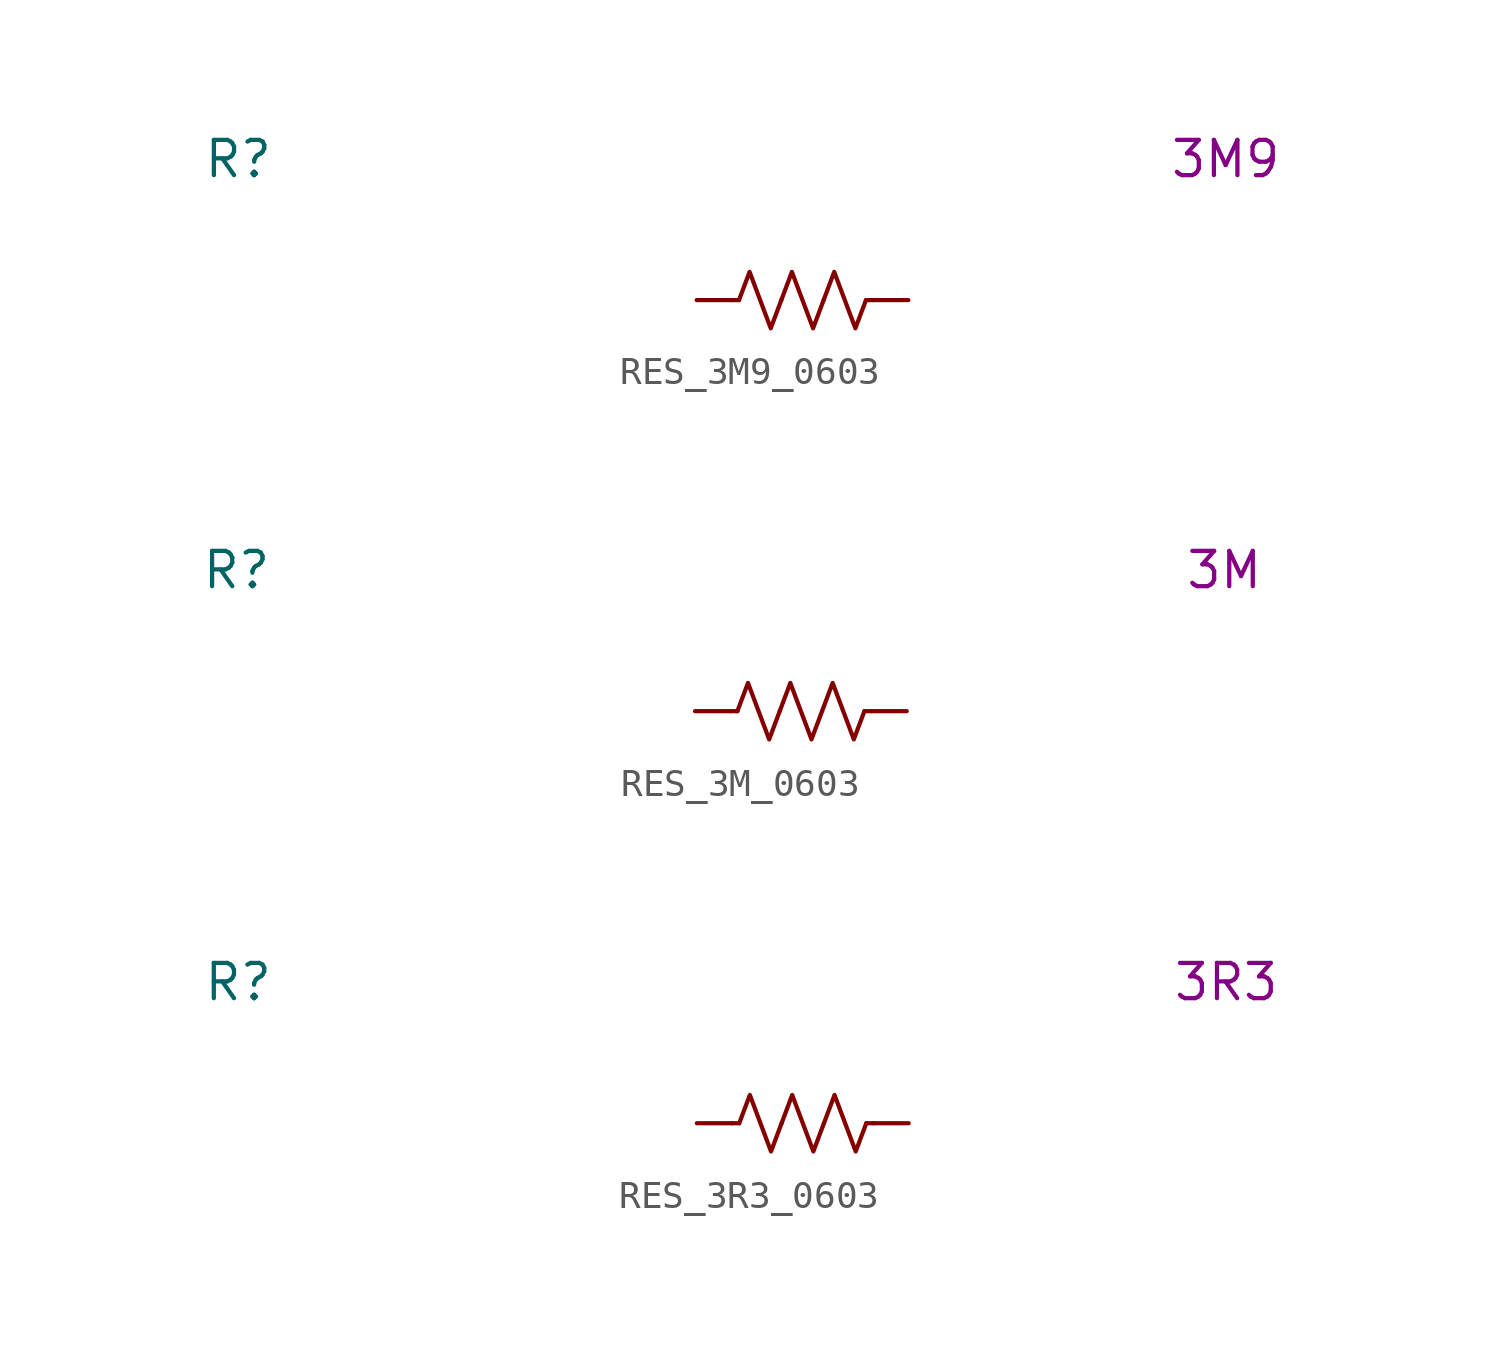
<source format=kicad_sym>
(kicad_symbol_lib
  (version 20231120)
  (generator "kicad_symbol_editor")
  (generator_version "8.0")
  (symbol "RES_3M9_0603"
    (pin_numbers hide)
    (property "Reference" "R"
      (at -20.32 5.08 0)
      (effects (font (size 1.27 1.27))))
    (property "Display Value" "3M9"
      (at 15.24 5.08 0)
      (effects (font (size 1.27 1.27))))
    (symbol "RES_3M9_0603_0_1"
      (polyline (pts (xy -2.286 0) (xy -2.54 0)) (stroke (width 0) (type default)) (fill (type none)))
      (polyline (pts (xy 2.286 0) (xy 2.54 0)) (stroke (width 0) (type default)) (fill (type none)))
      (polyline (pts (xy -2.286 0) (xy -1.905 1.016) (xy -1.524 0) (xy -1.143 -1.016) (xy -0.762 0)) (stroke (width 0) (type default)) (fill (type none)))
      (polyline (pts (xy -0.762 0) (xy -0.381 1.016) (xy 0 0) (xy 0.381 -1.016) (xy 0.762 0)) (stroke (width 0) (type default)) (fill (type none)))
      (polyline (pts (xy 0.762 0) (xy 1.143 1.016) (xy 1.524 0) (xy 1.905 -1.016) (xy 2.286 0)) (stroke (width 0) (type default)) (fill (type none))))
    (symbol "RES_3M9_0603_1_1"
      (pin passive line (at -3.81 0 0) (length 1.27) (name "~" (effects (font (size 1.27 1.27)))) (number "1" (effects (font (size 1.27 1.27)))))
      (pin passive line (at 3.81 0 180) (length 1.27) (name "~" (effects (font (size 1.27 1.27)))) (number "2" (effects (font (size 1.27 1.27)))))))
  (symbol "RES_3M_0603"
    (pin_numbers hide)
    (property "Reference" "R"
      (at -20.32 5.08 0)
      (effects (font (size 1.27 1.27))))
    (property "Display Value" "3M"
      (at 15.24 5.08 0)
      (effects (font (size 1.27 1.27))))
    (symbol "RES_3M_0603_0_1"
      (polyline (pts (xy -2.286 0) (xy -2.54 0)) (stroke (width 0) (type default)) (fill (type none)))
      (polyline (pts (xy 2.286 0) (xy 2.54 0)) (stroke (width 0) (type default)) (fill (type none)))
      (polyline (pts (xy -2.286 0) (xy -1.905 1.016) (xy -1.524 0) (xy -1.143 -1.016) (xy -0.762 0)) (stroke (width 0) (type default)) (fill (type none)))
      (polyline (pts (xy -0.762 0) (xy -0.381 1.016) (xy 0 0) (xy 0.381 -1.016) (xy 0.762 0)) (stroke (width 0) (type default)) (fill (type none)))
      (polyline (pts (xy 0.762 0) (xy 1.143 1.016) (xy 1.524 0) (xy 1.905 -1.016) (xy 2.286 0)) (stroke (width 0) (type default)) (fill (type none))))
    (symbol "RES_3M_0603_1_1"
      (pin passive line (at -3.81 0 0) (length 1.27) (name "~" (effects (font (size 1.27 1.27)))) (number "1" (effects (font (size 1.27 1.27)))))
      (pin passive line (at 3.81 0 180) (length 1.27) (name "~" (effects (font (size 1.27 1.27)))) (number "2" (effects (font (size 1.27 1.27)))))))
  (symbol "RES_3R3_0603"
    (pin_numbers hide)
    (property "Reference" "R"
      (at -20.32 5.08 0)
      (effects (font (size 1.27 1.27))))
    (property "Display Value" "3R3"
      (at 15.24 5.08 0)
      (effects (font (size 1.27 1.27))))
    (symbol "RES_3R3_0603_0_1"
      (polyline (pts (xy -2.286 0) (xy -2.54 0)) (stroke (width 0) (type default)) (fill (type none)))
      (polyline (pts (xy 2.286 0) (xy 2.54 0)) (stroke (width 0) (type default)) (fill (type none)))
      (polyline (pts (xy -2.286 0) (xy -1.905 1.016) (xy -1.524 0) (xy -1.143 -1.016) (xy -0.762 0)) (stroke (width 0) (type default)) (fill (type none)))
      (polyline (pts (xy -0.762 0) (xy -0.381 1.016) (xy 0 0) (xy 0.381 -1.016) (xy 0.762 0)) (stroke (width 0) (type default)) (fill (type none)))
      (polyline (pts (xy 0.762 0) (xy 1.143 1.016) (xy 1.524 0) (xy 1.905 -1.016) (xy 2.286 0)) (stroke (width 0) (type default)) (fill (type none))))
    (symbol "RES_3R3_0603_1_1"
      (pin passive line (at -3.81 0 0) (length 1.27) (name "~" (effects (font (size 1.27 1.27)))) (number "1" (effects (font (size 1.27 1.27)))))
      (pin passive line (at 3.81 0 180) (length 1.27) (name "~" (effects (font (size 1.27 1.27)))) (number "2" (effects (font (size 1.27 1.27))))))))
</source>
